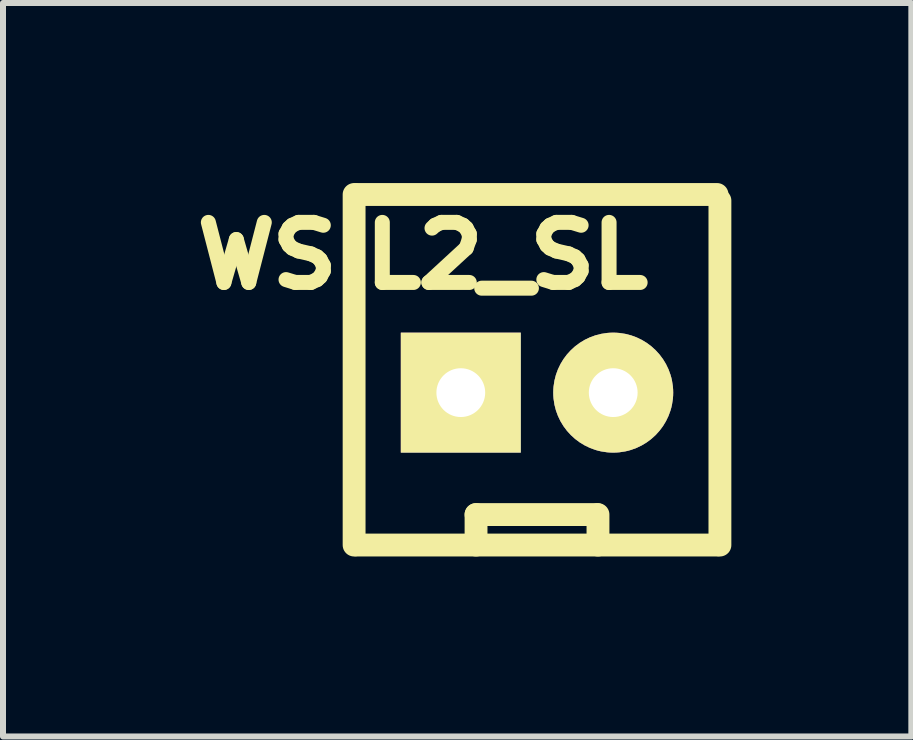
<source format=kicad_pcb>
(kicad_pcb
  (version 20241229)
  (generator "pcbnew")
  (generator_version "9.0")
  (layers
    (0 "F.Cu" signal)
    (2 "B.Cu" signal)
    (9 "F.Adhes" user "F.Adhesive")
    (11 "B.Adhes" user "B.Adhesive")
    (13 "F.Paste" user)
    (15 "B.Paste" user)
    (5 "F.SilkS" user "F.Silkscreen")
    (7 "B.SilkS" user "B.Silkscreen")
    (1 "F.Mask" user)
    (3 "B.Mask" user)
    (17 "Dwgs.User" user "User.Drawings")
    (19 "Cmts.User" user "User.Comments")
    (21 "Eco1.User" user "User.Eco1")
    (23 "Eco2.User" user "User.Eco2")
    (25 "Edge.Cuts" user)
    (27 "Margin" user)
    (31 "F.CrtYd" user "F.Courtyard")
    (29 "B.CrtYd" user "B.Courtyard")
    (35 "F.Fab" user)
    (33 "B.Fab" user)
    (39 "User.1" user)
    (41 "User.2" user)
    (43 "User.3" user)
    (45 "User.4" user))
  (footprint "WSIL2_SL"
    (layer "F.Cu")
    (at 5.899 3.493)
    (property "Reference" "WSIL2_SL" (at -1.905 -2.286 0) (layer "F.SilkS") (effects (font (size 1.001 1.087) (thickness 0.25))))
    (attr through_hole)
    (fp_line (start -3.048 2.54) (end -3.048 -3.302) (stroke (width 0.381) (type solid)) (layer "F.SilkS"))
    (fp_line (start -3 -3.302) (end 3 -3.302) (stroke (width 0.381) (type solid)) (layer "F.SilkS"))
    (fp_line (start -1.778 -0.508) (end -1.778 0.508) (stroke (width 0.381) (type solid)) (layer "F.SilkS"))
    (fp_line (start -1.778 0.508) (end -0.762 0.508) (stroke (width 0.381) (type solid)) (layer "F.SilkS"))
    (fp_line (start -1.016 2.032) (end 1 2.032) (stroke (width 0.381) (type solid)) (layer "F.SilkS"))
    (fp_line (start -1.016 2.54) (end -1.016 2.032) (stroke (width 0.381) (type solid)) (layer "F.SilkS"))
    (fp_line (start -0.762 -0.508) (end -1.778 -0.508) (stroke (width 0.381) (type solid)) (layer "F.SilkS"))
    (fp_line (start -0.762 0.508) (end -0.762 -0.508) (stroke (width 0.381) (type solid)) (layer "F.SilkS"))
    (fp_line (start 0.762 -0.508) (end 0.762 0.508) (stroke (width 0.381) (type solid)) (layer "F.SilkS"))
    (fp_line (start 0.762 -0.508) (end 1.778 -0.508) (stroke (width 0.381) (type solid)) (layer "F.SilkS"))
    (fp_line (start 1.016 2.032) (end 1.016 2.54) (stroke (width 0.381) (type solid)) (layer "F.SilkS"))
    (fp_line (start 1.778 -0.508) (end 1.778 0.508) (stroke (width 0.381) (type solid)) (layer "F.SilkS"))
    (fp_line (start 1.778 0.508) (end 0.762 0.508) (stroke (width 0.381) (type solid)) (layer "F.SilkS"))
    (fp_line (start 3 2.54) (end -3 2.54) (stroke (width 0.381) (type solid)) (layer "F.SilkS"))
    (fp_line (start 3.048 -3.2) (end 3.048 2.54) (stroke (width 0.381) (type solid)) (layer "F.SilkS"))
    (pad "1" thru_hole rect (at -1.27 0) (size 1.999 1.999) (drill 0.813) (layers "*.Cu" "*.Mask" "F.SilkS"))
    (pad "2" thru_hole circle (at 1.27 0) (size 1.999 1.999) (drill 0.813) (layers "*.Cu" "*.Mask" "F.SilkS")))
  (gr_rect
    (start -3 -3)
    (end 12.137 9.223)
    (stroke (width 0.1) (type default))
    (fill no)
    (layer "Edge.Cuts")))
</source>
